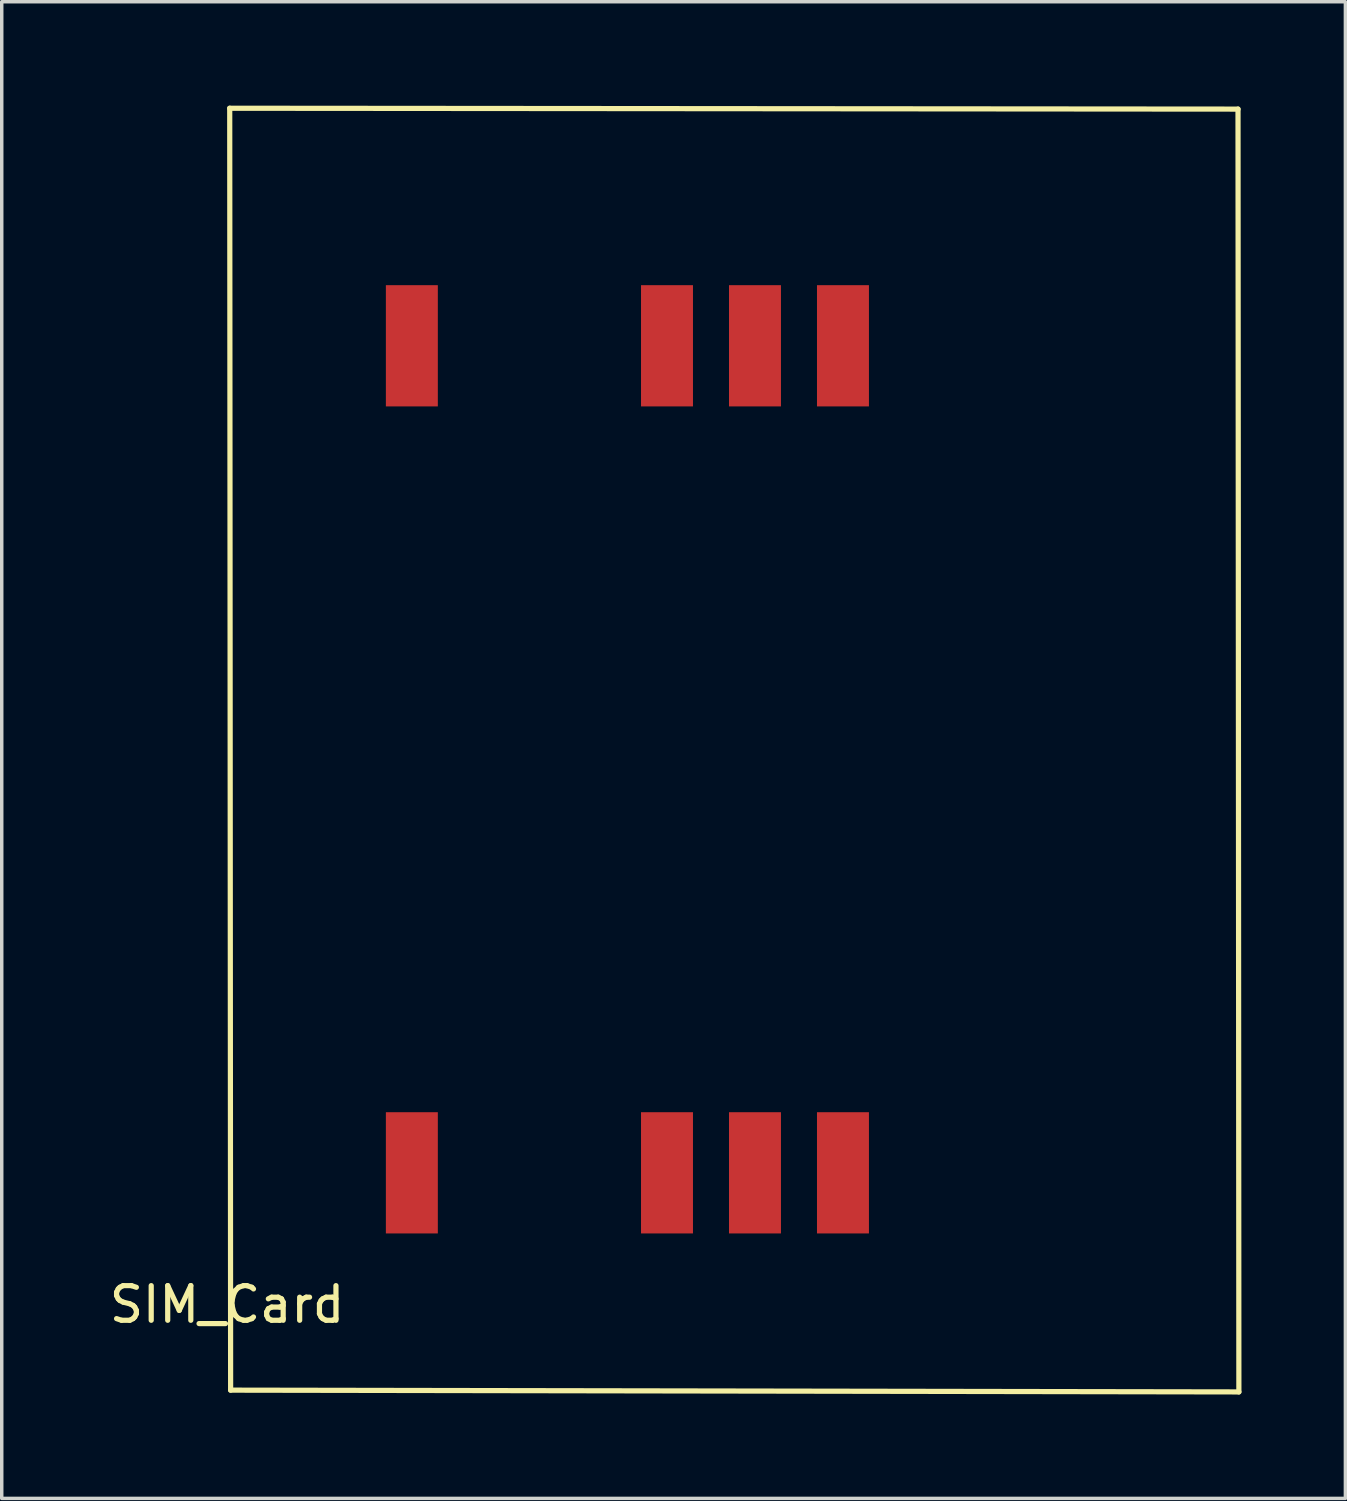
<source format=kicad_pcb>
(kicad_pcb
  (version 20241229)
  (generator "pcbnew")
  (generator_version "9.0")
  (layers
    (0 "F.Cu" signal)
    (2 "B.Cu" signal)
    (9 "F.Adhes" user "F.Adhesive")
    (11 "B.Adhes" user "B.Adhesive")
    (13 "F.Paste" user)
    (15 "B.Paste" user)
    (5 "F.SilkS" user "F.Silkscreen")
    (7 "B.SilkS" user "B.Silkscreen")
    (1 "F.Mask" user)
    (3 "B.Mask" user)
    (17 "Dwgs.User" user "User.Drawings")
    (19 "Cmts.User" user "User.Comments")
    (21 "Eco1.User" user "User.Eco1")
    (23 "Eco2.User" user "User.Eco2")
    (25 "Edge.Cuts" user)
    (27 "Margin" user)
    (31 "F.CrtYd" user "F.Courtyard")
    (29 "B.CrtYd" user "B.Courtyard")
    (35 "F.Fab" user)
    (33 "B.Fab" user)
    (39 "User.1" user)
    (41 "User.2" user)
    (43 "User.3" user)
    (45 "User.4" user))
  (footprint "SIM_Card"
    (layer "F.Cu")
    (at 3.506 34.111)
    (property "Reference" "SIM_Card" (at 0 0.5 0) (layer "F.SilkS") (effects (font (size 1 1) (thickness 0.15))))
    (attr through_hole)
    (fp_line (start 0.076 -34.036) (end 0.102 2.972) (stroke (width 0.15) (type solid)) (layer "F.SilkS"))
    (fp_line (start 29.185 -34.011) (end 0.076 -34.036) (stroke (width 0.15) (type solid)) (layer "F.SilkS"))
    (fp_line (start 29.21 3.023) (end 0.102 2.972) (stroke (width 0.15) (type solid)) (layer "F.SilkS"))
    (fp_line (start 29.21 3.023) (end 29.185 -34.011) (stroke (width 0.15) (type solid)) (layer "F.SilkS"))
    (pad "1" smd rect (at 17.78 -3.302) (size 1.5 3.5) (layers "F.Cu" "F.Mask" "F.Paste"))
    (pad "2" smd rect (at 15.24 -3.302) (size 1.5 3.5) (layers "F.Cu" "F.Mask" "F.Paste"))
    (pad "3" smd rect (at 12.7 -3.302) (size 1.5 3.5) (layers "F.Cu" "F.Mask" "F.Paste"))
    (pad "4" smd rect (at 5.334 -3.302) (size 1.5 3.5) (layers "F.Cu" "F.Mask" "F.Paste"))
    (pad "5" smd rect (at 17.78 -27.178) (size 1.5 3.5) (layers "F.Cu" "F.Mask" "F.Paste"))
    (pad "6" smd rect (at 15.24 -27.178) (size 1.5 3.5) (layers "F.Cu" "F.Mask" "F.Paste"))
    (pad "7" smd rect (at 12.7 -27.178) (size 1.5 3.5) (layers "F.Cu" "F.Mask" "F.Paste"))
    (pad "8" smd rect (at 5.334 -27.178) (size 1.5 3.5) (layers "F.Cu" "F.Mask" "F.Paste")))
  (gr_rect
    (start -3 -3)
    (end 35.791 40.209)
    (stroke (width 0.1) (type default))
    (fill no)
    (layer "Edge.Cuts")))
</source>
